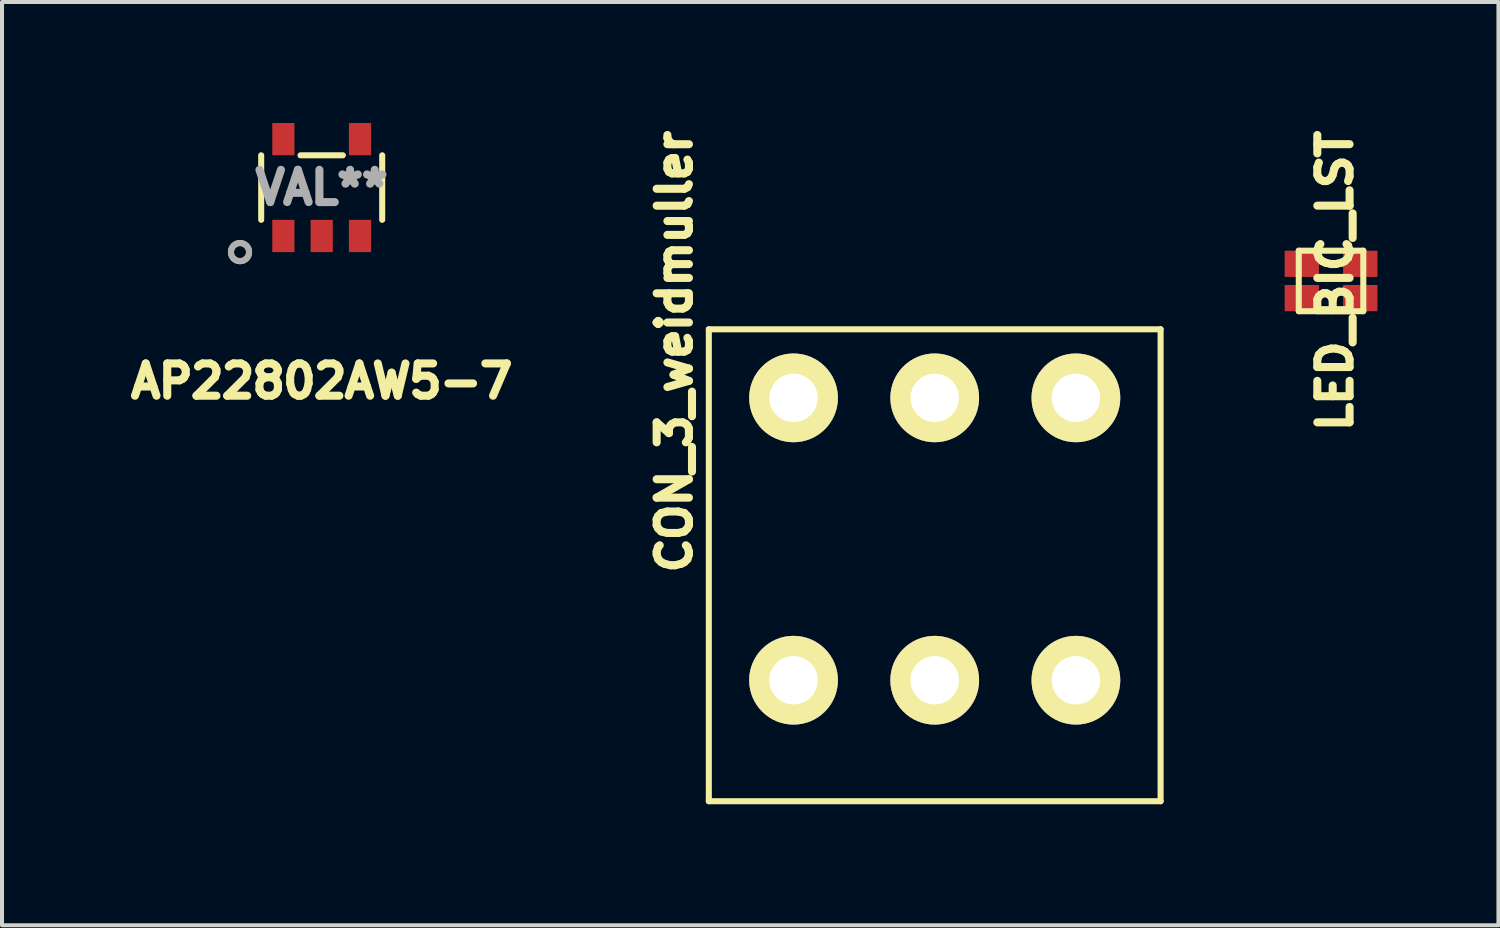
<source format=kicad_pcb>
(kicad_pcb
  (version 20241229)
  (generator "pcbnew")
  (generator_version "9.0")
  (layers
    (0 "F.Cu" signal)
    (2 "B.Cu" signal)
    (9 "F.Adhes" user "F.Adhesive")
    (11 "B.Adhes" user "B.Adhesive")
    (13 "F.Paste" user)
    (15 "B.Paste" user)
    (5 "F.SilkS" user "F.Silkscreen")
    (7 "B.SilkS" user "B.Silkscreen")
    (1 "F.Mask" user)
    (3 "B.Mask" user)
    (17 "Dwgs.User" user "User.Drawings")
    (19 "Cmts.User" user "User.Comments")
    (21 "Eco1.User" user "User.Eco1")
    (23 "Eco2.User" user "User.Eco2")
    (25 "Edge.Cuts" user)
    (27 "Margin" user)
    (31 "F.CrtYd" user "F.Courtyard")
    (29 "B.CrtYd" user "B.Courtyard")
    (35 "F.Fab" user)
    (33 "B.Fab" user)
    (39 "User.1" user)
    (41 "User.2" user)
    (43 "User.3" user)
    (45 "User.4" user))
  (footprint "CON_3_weidmuller"
    (layer "F.Cu")
    (at 20.122 13.813)
    (property "Reference" "CON_3_weidmuller" (at -6.453 -8.145 90) (layer "F.SilkS") (effects (font (size 0.8 0.8) (thickness 0.2))))
    (attr through_hole)
    (fp_line (start -5.6 -8.7) (end -5.6 3) (stroke (width 0.15) (type solid)) (layer "F.SilkS"))
    (fp_line (start -5.6 3) (end 5.6 3) (stroke (width 0.15) (type solid)) (layer "F.SilkS"))
    (fp_line (start 5.6 -8.7) (end -5.6 -8.7) (stroke (width 0.15) (type solid)) (layer "F.SilkS"))
    (fp_line (start 5.6 3) (end 5.6 -8.7) (stroke (width 0.15) (type solid)) (layer "F.SilkS"))
    (pad "1" thru_hole circle (at -3.5 -7) (size 2.2 2.2) (drill 1.2) (layers "*.Cu" "*.Mask" "F.SilkS"))
    (pad "1" thru_hole circle (at -3.5 0) (size 2.2 2.2) (drill 1.2) (layers "*.Cu" "*.Mask" "F.SilkS"))
    (pad "2" thru_hole circle (at 0 -7) (size 2.2 2.2) (drill 1.2) (layers "*.Cu" "*.Mask" "F.SilkS"))
    (pad "2" thru_hole circle (at 0 0) (size 2.2 2.2) (drill 1.2) (layers "*.Cu" "*.Mask" "F.SilkS"))
    (pad "3" thru_hole circle (at 3.5 -7) (size 2.2 2.2) (drill 1.2) (layers "*.Cu" "*.Mask" "F.SilkS"))
    (pad "3" thru_hole circle (at 3.5 0) (size 2.2 2.2) (drill 1.2) (layers "*.Cu" "*.Mask" "F.SilkS")))
  (footprint "AP22802AW5-7"
    (layer "F.Cu")
    (at 4.925 1.6)
    (property "Reference" "AP22802AW5-7" (at 0 4.8 0) (layer "F.SilkS") (effects (font (size 0.8 0.8) (thickness 0.2))))
    (attr through_hole)
    (fp_line (start -1.5 -0.8) (end -1.5 0.8) (stroke (width 0.15) (type solid)) (layer "F.SilkS"))
    (fp_line (start -0.525 -0.8) (end 0.525 -0.8) (stroke (width 0.15) (type solid)) (layer "F.SilkS"))
    (fp_line (start 1.5 -0.8) (end 1.5 0.8) (stroke (width 0.15) (type solid)) (layer "F.SilkS"))
    (fp_circle (center -2.025 1.6) (end -1.8 1.6) (stroke (width 0.15) (type solid)) (fill no) (layer "F.SilkS"))
    (fp_circle (center -2.025 1.6) (end -1.8 1.6) (stroke (width 0.15) (type solid)) (fill no) (layer "F.Fab"))
    (fp_text user "VAL**" (at 0 0 0) (layer "F.Fab") (effects (font (size 0.8 0.8) (thickness 0.2))))
    (pad "1" smd rect (at -0.95 1.2) (size 0.55 0.8) (layers "F.Cu" "F.Mask" "F.Paste"))
    (pad "2" smd rect (at 0 1.2) (size 0.55 0.8) (layers "F.Cu" "F.Mask" "F.Paste"))
    (pad "3" smd rect (at 0.95 1.2) (size 0.55 0.8) (layers "F.Cu" "F.Mask" "F.Paste"))
    (pad "4" smd rect (at 0.95 -1.2) (size 0.55 0.8) (layers "F.Cu" "F.Mask" "F.Paste"))
    (pad "5" smd rect (at -0.95 -1.2) (size 0.55 0.8) (layers "F.Cu" "F.Mask" "F.Paste")))
  (footprint "LED_BIC_LST"
    (layer "F.Cu")
    (at 29.947 3.915)
    (property "Reference" "LED_BIC_LST" (at 0.1 0 90) (layer "F.SilkS") (effects (font (size 0.8 0.8) (thickness 0.2))))
    (attr through_hole)
    (fp_line (start -0.8 -0.75) (end 0.8 -0.75) (stroke (width 0.15) (type solid)) (layer "F.SilkS"))
    (fp_line (start -0.8 0.75) (end -0.8 -0.75) (stroke (width 0.15) (type solid)) (layer "F.SilkS"))
    (fp_line (start 0.8 -0.75) (end 0.8 0.75) (stroke (width 0.15) (type solid)) (layer "F.SilkS"))
    (fp_line (start 0.8 0.75) (end -0.8 0.75) (stroke (width 0.15) (type solid)) (layer "F.SilkS"))
    (pad "1" smd rect (at -0.725 -0.425 90) (size 0.65 0.85) (layers "F.Cu" "F.Mask" "F.Paste"))
    (pad "2" smd rect (at -0.725 0.425 90) (size 0.65 0.85) (layers "F.Cu" "F.Mask" "F.Paste"))
    (pad "3" smd rect (at 0.725 -0.425 90) (size 0.65 0.85) (layers "F.Cu" "F.Mask" "F.Paste"))
    (pad "4" smd rect (at 0.725 0.425 90) (size 0.65 0.85) (layers "F.Cu" "F.Mask" "F.Paste")))
  (gr_rect
    (start -3 -3)
    (end 34.097 19.888)
    (stroke (width 0.1) (type default))
    (fill no)
    (layer "Edge.Cuts")))
</source>
